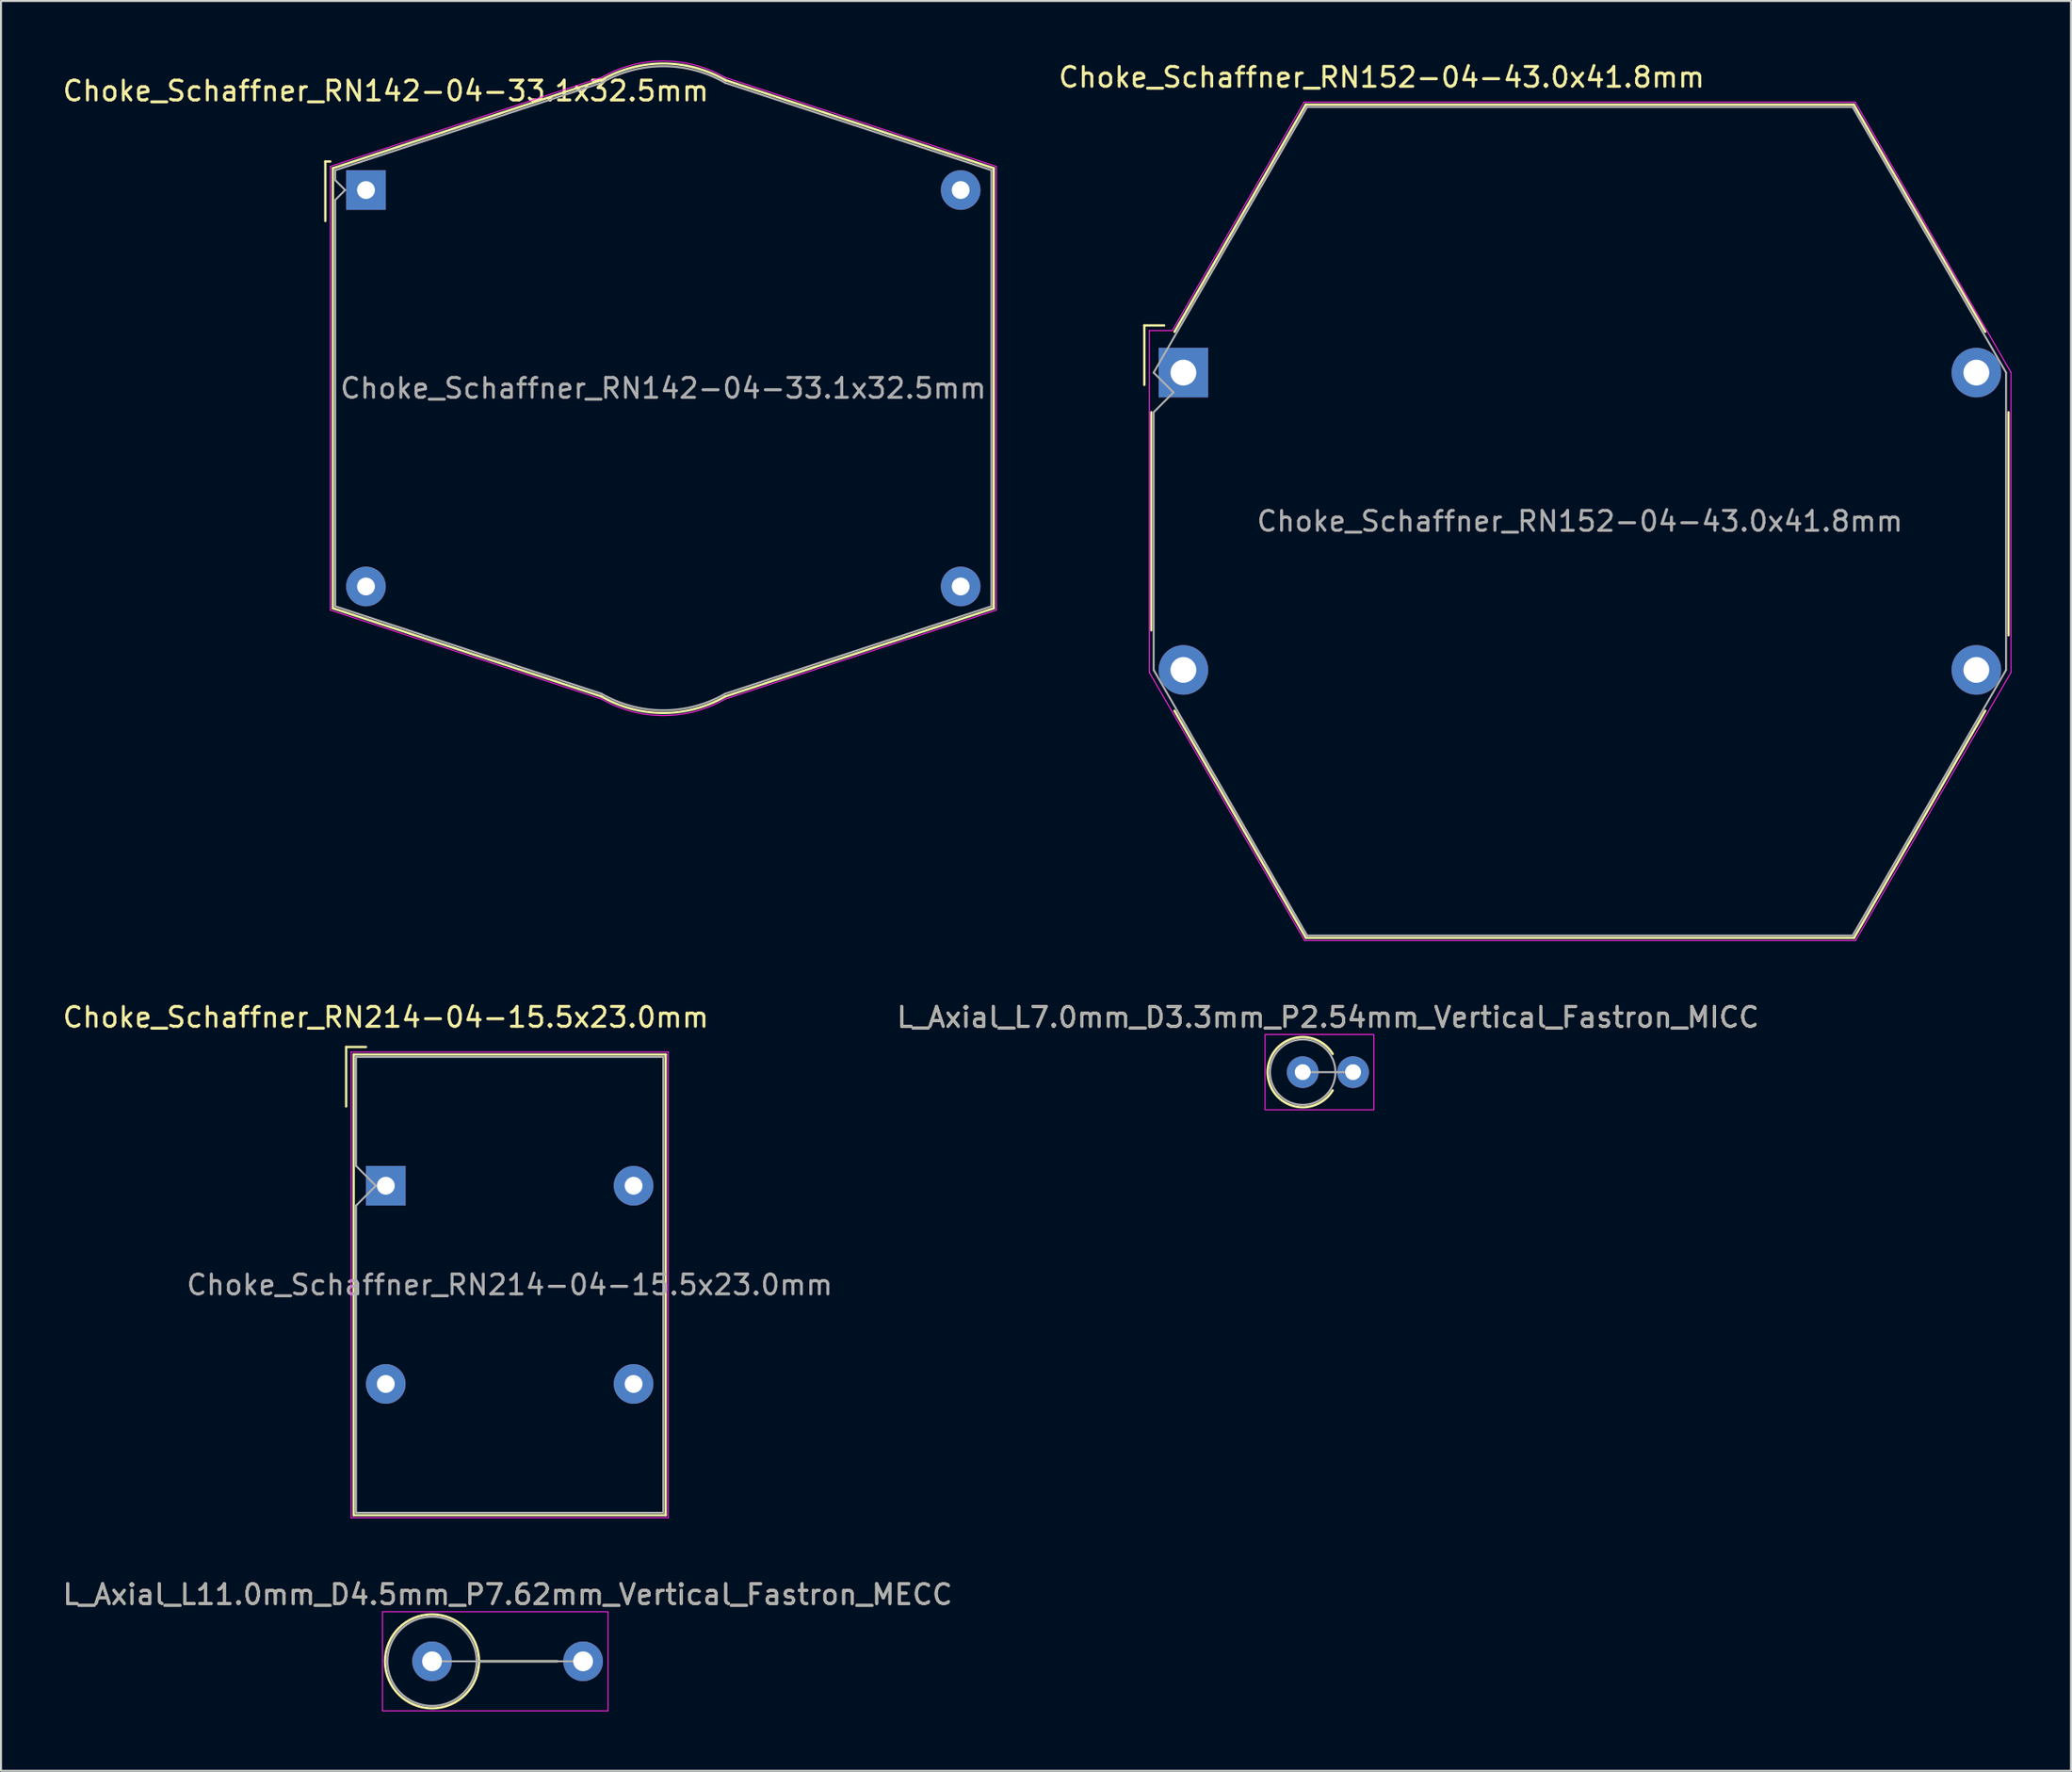
<source format=kicad_pcb>
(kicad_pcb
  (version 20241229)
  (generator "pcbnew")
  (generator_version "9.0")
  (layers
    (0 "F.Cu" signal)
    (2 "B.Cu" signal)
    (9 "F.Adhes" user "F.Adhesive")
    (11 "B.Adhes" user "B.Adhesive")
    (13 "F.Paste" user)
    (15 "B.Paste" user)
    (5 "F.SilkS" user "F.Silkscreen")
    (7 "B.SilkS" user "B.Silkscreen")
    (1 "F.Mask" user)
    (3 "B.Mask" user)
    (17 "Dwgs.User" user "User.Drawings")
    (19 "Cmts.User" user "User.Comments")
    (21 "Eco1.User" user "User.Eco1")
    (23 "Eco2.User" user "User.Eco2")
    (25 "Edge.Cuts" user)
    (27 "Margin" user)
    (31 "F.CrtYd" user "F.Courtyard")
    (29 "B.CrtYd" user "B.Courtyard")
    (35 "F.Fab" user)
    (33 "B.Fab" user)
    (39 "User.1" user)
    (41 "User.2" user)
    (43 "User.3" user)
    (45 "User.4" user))
  (footprint "L_Axial_L11.0mm_D4.5mm_P7.62mm_Vertical_Fastron_MECC"
    (layer "F.Cu")
    (at 18.744 80.765)
    (property "Reference" "L_Axial_L11.0mm_D4.5mm_P7.62mm_Vertical_Fastron_MECC" (at 3.81 -3.37 0) (layer "F.SilkS") (effects (font (size 1 1) (thickness 0.15))))
    (attr through_hole)
    (fp_line (start 2.37 0) (end 6.32 0) (stroke (width 0.12) (type solid)) (layer "F.SilkS"))
    (fp_circle (center 0 0) (end 2.37 0) (stroke (width 0.12) (type solid)) (fill no) (layer "F.SilkS"))
    (fp_rect (start -2.5 -2.5) (end 8.88 2.5) (stroke (width 0.05) (type solid)) (fill no) (layer "F.CrtYd"))
    (fp_line (start 0 0) (end 7.62 0) (stroke (width 0.1) (type solid)) (layer "F.Fab"))
    (fp_circle (center 0 0) (end 2.25 0) (stroke (width 0.1) (type solid)) (fill no) (layer "F.Fab"))
    (fp_text user "${REFERENCE}" (at 3.81 -3.37 0) (layer "F.Fab") (effects (font (size 1 1) (thickness 0.15))))
    (pad "1" thru_hole circle (at 0 0) (size 2 2) (drill 1) (layers "*.Cu" "*.Mask"))
    (pad "2" thru_hole circle (at 7.62 0) (size 2 2) (drill 1) (layers "*.Cu" "*.Mask")))
  (footprint "Choke_Schaffner_RN152-04-43.0x41.8mm"
    (layer "F.Cu")
    (at 56.646 15.748)
    (property "Reference" "Choke_Schaffner_RN152-04-43.0x41.8mm" (at 10 -14.9 0) (layer "F.SilkS") (effects (font (size 1 1) (thickness 0.15))))
    (attr through_hole)
    (fp_line (start -1.97 -2.38) (end -1.97 0.62) (stroke (width 0.12) (type solid)) (layer "F.SilkS"))
    (fp_line (start -1.97 -2.38) (end -0.97 -2.38) (stroke (width 0.12) (type solid)) (layer "F.SilkS"))
    (fp_line (start -1.62 13) (end -1.62 2) (stroke (width 0.12) (type solid)) (layer "F.SilkS"))
    (fp_line (start -0.45 -2.06) (end 6.17 -13.52) (stroke (width 0.12) (type solid)) (layer "F.SilkS"))
    (fp_line (start 6.17 -13.52) (end 33.82 -13.52) (stroke (width 0.12) (type solid)) (layer "F.SilkS"))
    (fp_line (start 6.18 28.52) (end -0.45 17.06) (stroke (width 0.12) (type solid)) (layer "F.SilkS"))
    (fp_line (start 33.82 -13.52) (end 40.45 -2.06) (stroke (width 0.12) (type solid)) (layer "F.SilkS"))
    (fp_line (start 33.83 28.52) (end 6.18 28.52) (stroke (width 0.12) (type solid)) (layer "F.SilkS"))
    (fp_line (start 40.45 17.06) (end 33.83 28.52) (stroke (width 0.12) (type solid)) (layer "F.SilkS"))
    (fp_line (start 41.62 2) (end 41.62 13.25) (stroke (width 0.12) (type solid)) (layer "F.SilkS"))
    (fp_line (start -1.72 -2.12) (end -0.56 -2.12) (stroke (width 0.05) (type solid)) (layer "F.CrtYd"))
    (fp_line (start -1.72 15.12) (end -1.72 -2.12) (stroke (width 0.05) (type solid)) (layer "F.CrtYd"))
    (fp_line (start -0.56 -2.12) (end 6.09 -13.65) (stroke (width 0.05) (type solid)) (layer "F.CrtYd"))
    (fp_line (start 6.09 -13.65) (end 33.89 -13.65) (stroke (width 0.05) (type solid)) (layer "F.CrtYd"))
    (fp_line (start 6.11 28.65) (end -1.72 15.12) (stroke (width 0.05) (type solid)) (layer "F.CrtYd"))
    (fp_line (start 33.89 -13.65) (end 41.75 0) (stroke (width 0.05) (type solid)) (layer "F.CrtYd"))
    (fp_line (start 33.91 28.65) (end 6.11 28.65) (stroke (width 0.05) (type solid)) (layer "F.CrtYd"))
    (fp_line (start 41.75 0) (end 41.75 15.12) (stroke (width 0.05) (type solid)) (layer "F.CrtYd"))
    (fp_line (start 41.75 15.12) (end 33.91 28.65) (stroke (width 0.05) (type solid)) (layer "F.CrtYd"))
    (fp_line (start -1.5 0) (end 6.24 -13.4) (stroke (width 0.1) (type solid)) (layer "F.Fab"))
    (fp_line (start -1.5 2) (end -0.5 1) (stroke (width 0.1) (type solid)) (layer "F.Fab"))
    (fp_line (start -1.5 15) (end -1.5 2) (stroke (width 0.1) (type solid)) (layer "F.Fab"))
    (fp_line (start -0.5 1) (end -1.5 0) (stroke (width 0.1) (type solid)) (layer "F.Fab"))
    (fp_line (start 6.24 -13.4) (end 33.76 -13.4) (stroke (width 0.1) (type solid)) (layer "F.Fab"))
    (fp_line (start 6.24 28.4) (end -1.5 15) (stroke (width 0.1) (type solid)) (layer "F.Fab"))
    (fp_line (start 33.76 -13.4) (end 41.5 0) (stroke (width 0.1) (type solid)) (layer "F.Fab"))
    (fp_line (start 33.76 28.4) (end 6.24 28.4) (stroke (width 0.1) (type solid)) (layer "F.Fab"))
    (fp_line (start 41.5 0) (end 41.5 15) (stroke (width 0.1) (type solid)) (layer "F.Fab"))
    (fp_line (start 41.5 15) (end 33.76 28.4) (stroke (width 0.1) (type solid)) (layer "F.Fab"))
    (fp_text user "${REFERENCE}" (at 20 7.5 0) (layer "F.Fab") (effects (font (size 1 1) (thickness 0.15))))
    (pad "1" thru_hole rect (at 0 0) (size 2.5 2.5) (drill 1.3) (layers "*.Cu" "*.Mask"))
    (pad "2" thru_hole circle (at 40 0) (size 2.5 2.5) (drill 1.3) (layers "*.Cu" "*.Mask"))
    (pad "3" thru_hole circle (at 0 15) (size 2.5 2.5) (drill 1.3) (layers "*.Cu" "*.Mask"))
    (pad "4" thru_hole circle (at 40 15) (size 2.5 2.5) (drill 1.3) (layers "*.Cu" "*.Mask")))
  (footprint "L_Axial_L7.0mm_D3.3mm_P2.54mm_Vertical_Fastron_MICC"
    (layer "F.Cu")
    (at 62.665 51.041)
    (property "Reference" "L_Axial_L7.0mm_D3.3mm_P2.54mm_Vertical_Fastron_MICC" (at 1.27 -2.77 0) (layer "F.SilkS") (effects (font (size 1 1) (thickness 0.15))))
    (attr through_hole)
    (fp_arc (start 1.512118 0.92) (mid -1.77 0) (end 1.512118 -0.92) (stroke (width 0.12) (type solid)) (layer "F.SilkS"))
    (fp_rect (start -1.9 -1.9) (end 3.59 1.9) (stroke (width 0.05) (type solid)) (fill no) (layer "F.CrtYd"))
    (fp_line (start 0 0) (end 2.54 0) (stroke (width 0.1) (type solid)) (layer "F.Fab"))
    (fp_circle (center 0 0) (end 1.65 0) (stroke (width 0.1) (type solid)) (fill no) (layer "F.Fab"))
    (fp_text user "${REFERENCE}" (at 1.27 -2.77 0) (layer "F.Fab") (effects (font (size 1 1) (thickness 0.15))))
    (pad "1" thru_hole circle (at 0 0) (size 1.6 1.6) (drill 0.8) (layers "*.Cu" "*.Mask"))
    (pad "2" thru_hole circle (at 2.54 0) (size 1.6 1.6) (drill 0.8) (layers "*.Cu" "*.Mask")))
  (footprint "Choke_Schaffner_RN214-04-15.5x23.0mm"
    (layer "F.Cu")
    (at 16.411 56.772)
    (property "Reference" "Choke_Schaffner_RN214-04-15.5x23.0mm" (at 0 -8.5 0) (layer "F.SilkS") (effects (font (size 1 1) (thickness 0.15))))
    (attr through_hole)
    (fp_line (start -2 -7) (end -2 -4) (stroke (width 0.12) (type solid)) (layer "F.SilkS"))
    (fp_line (start -2 -7) (end -1 -7) (stroke (width 0.12) (type solid)) (layer "F.SilkS"))
    (fp_line (start -1.62 -6.62) (end 14.12 -6.62) (stroke (width 0.12) (type solid)) (layer "F.SilkS"))
    (fp_line (start -1.62 16.62) (end -1.62 -6.62) (stroke (width 0.12) (type solid)) (layer "F.SilkS"))
    (fp_line (start 14.12 -6.62) (end 14.12 16.62) (stroke (width 0.12) (type solid)) (layer "F.SilkS"))
    (fp_line (start 14.12 16.62) (end -1.62 16.62) (stroke (width 0.12) (type solid)) (layer "F.SilkS"))
    (fp_line (start -1.75 -6.75) (end -1.75 16.75) (stroke (width 0.05) (type solid)) (layer "F.CrtYd"))
    (fp_line (start -1.75 16.75) (end 14.25 16.75) (stroke (width 0.05) (type solid)) (layer "F.CrtYd"))
    (fp_line (start 14.25 -6.75) (end -1.75 -6.75) (stroke (width 0.05) (type solid)) (layer "F.CrtYd"))
    (fp_line (start 14.25 16.75) (end 14.25 -6.75) (stroke (width 0.05) (type solid)) (layer "F.CrtYd"))
    (fp_line (start -1.5 -6.5) (end 14 -6.5) (stroke (width 0.1) (type solid)) (layer "F.Fab"))
    (fp_line (start -1.5 -1) (end -1.5 -6.5) (stroke (width 0.1) (type solid)) (layer "F.Fab"))
    (fp_line (start -1.5 1) (end -0.5 0) (stroke (width 0.1) (type solid)) (layer "F.Fab"))
    (fp_line (start -1.5 16.5) (end -1.5 1) (stroke (width 0.1) (type solid)) (layer "F.Fab"))
    (fp_line (start -0.5 0) (end -1.5 -1) (stroke (width 0.1) (type solid)) (layer "F.Fab"))
    (fp_line (start 14 -6.5) (end 14 16.5) (stroke (width 0.1) (type solid)) (layer "F.Fab"))
    (fp_line (start 14 16.5) (end -1.5 16.5) (stroke (width 0.1) (type solid)) (layer "F.Fab"))
    (fp_text user "${REFERENCE}" (at 6.25 5 0) (layer "F.Fab") (effects (font (size 1 1) (thickness 0.15))))
    (pad "1" thru_hole rect (at 0 0) (size 2 2) (drill 0.9) (layers "*.Cu" "*.Mask"))
    (pad "2" thru_hole circle (at 12.5 0) (size 2 2) (drill 0.9) (layers "*.Cu" "*.Mask"))
    (pad "3" thru_hole circle (at 0 10) (size 2 2) (drill 0.9) (layers "*.Cu" "*.Mask"))
    (pad "4" thru_hole circle (at 12.5 10) (size 2 2) (drill 0.9) (layers "*.Cu" "*.Mask")))
  (footprint "Choke_Schaffner_RN142-04-33.1x32.5mm"
    (layer "F.Cu")
    (at 15.411 6.538)
    (property "Reference" "Choke_Schaffner_RN142-04-33.1x32.5mm" (at 1 -5 0) (layer "F.SilkS") (effects (font (size 1 1) (thickness 0.15))))
    (attr through_hole)
    (fp_line (start -2.05 -1.44) (end -2.05 1.56) (stroke (width 0.12) (type solid)) (layer "F.SilkS"))
    (fp_line (start -2.05 -1.44) (end -1.8 -1.44) (stroke (width 0.12) (type solid)) (layer "F.SilkS"))
    (fp_line (start -1.67 -1.1) (end 11.88 -5.55) (stroke (width 0.12) (type solid)) (layer "F.SilkS"))
    (fp_line (start -1.67 21.1) (end -1.67 -1.1) (stroke (width 0.12) (type solid)) (layer "F.SilkS"))
    (fp_line (start 11.88 25.55) (end -1.67 21.1) (stroke (width 0.12) (type solid)) (layer "F.SilkS"))
    (fp_line (start 18.12 -5.55) (end 31.67 -1.1) (stroke (width 0.12) (type solid)) (layer "F.SilkS"))
    (fp_line (start 31.67 -1.1) (end 31.67 21.1) (stroke (width 0.12) (type solid)) (layer "F.SilkS"))
    (fp_line (start 31.67 21.1) (end 18.12 25.55) (stroke (width 0.12) (type solid)) (layer "F.SilkS"))
    (fp_arc (start 11.88 -5.55) (mid 15.013001 -6.382518) (end 18.142518 -5.536999) (stroke (width 0.12) (type solid)) (layer "F.SilkS"))
    (fp_arc (start 18.12 25.55) (mid 14.986999 26.382518) (end 11.857482 25.536999) (stroke (width 0.12) (type solid)) (layer "F.SilkS"))
    (fp_line (start -1.8 -1.19) (end 11.88 -5.68) (stroke (width 0.05) (type solid)) (layer "F.CrtYd"))
    (fp_line (start -1.8 21.19) (end -1.8 -1.19) (stroke (width 0.05) (type solid)) (layer "F.CrtYd"))
    (fp_line (start 11.88 25.68) (end -1.8 21.19) (stroke (width 0.05) (type solid)) (layer "F.CrtYd"))
    (fp_line (start 18.12 -5.68) (end 31.8 -1.19) (stroke (width 0.05) (type solid)) (layer "F.CrtYd"))
    (fp_line (start 31.8 -1.19) (end 31.8 21.19) (stroke (width 0.05) (type solid)) (layer "F.CrtYd"))
    (fp_line (start 31.8 21.19) (end 18.12 25.68) (stroke (width 0.05) (type solid)) (layer "F.CrtYd"))
    (fp_arc (start 11.88 -5.68) (mid 15.013001 -6.512518) (end 18.142518 -5.666999) (stroke (width 0.05) (type solid)) (layer "F.CrtYd"))
    (fp_arc (start 18.12 25.68) (mid 14.986999 26.512518) (end 11.857482 25.666999) (stroke (width 0.05) (type solid)) (layer "F.CrtYd"))
    (fp_line (start -1.55 -1) (end 11.88 -5.41) (stroke (width 0.1) (type solid)) (layer "F.Fab"))
    (fp_line (start -1.55 -0.5) (end -1.55 -1) (stroke (width 0.1) (type solid)) (layer "F.Fab"))
    (fp_line (start -1.55 0.5) (end -1.05 0) (stroke (width 0.1) (type solid)) (layer "F.Fab"))
    (fp_line (start -1.55 21) (end -1.55 0.5) (stroke (width 0.1) (type solid)) (layer "F.Fab"))
    (fp_line (start -1.05 0) (end -1.55 -0.5) (stroke (width 0.1) (type solid)) (layer "F.Fab"))
    (fp_line (start 11.88 25.41) (end -1.55 21) (stroke (width 0.1) (type solid)) (layer "F.Fab"))
    (fp_line (start 18.12 -5.41) (end 31.55 -1) (stroke (width 0.1) (type solid)) (layer "F.Fab"))
    (fp_line (start 31.55 -1) (end 31.55 21) (stroke (width 0.1) (type solid)) (layer "F.Fab"))
    (fp_line (start 31.55 21) (end 18.12 25.41) (stroke (width 0.1) (type solid)) (layer "F.Fab"))
    (fp_arc (start 11.88 -5.41) (mid 15.003001 -6.245197) (end 18.125197 -5.406999) (stroke (width 0.1) (type solid)) (layer "F.Fab"))
    (fp_arc (start 18.12 25.41) (mid 14.996999 26.245197) (end 11.874803 25.406999) (stroke (width 0.1) (type solid)) (layer "F.Fab"))
    (fp_text user "${REFERENCE}" (at 15 10 0) (layer "F.Fab") (effects (font (size 1 1) (thickness 0.15))))
    (pad "1" thru_hole rect (at 0 0) (size 2 2) (drill 0.9) (layers "*.Cu" "*.Mask"))
    (pad "2" thru_hole circle (at 30 0) (size 2 2) (drill 0.9) (layers "*.Cu" "*.Mask"))
    (pad "3" thru_hole circle (at 0 20) (size 2 2) (drill 0.9) (layers "*.Cu" "*.Mask"))
    (pad "4" thru_hole circle (at 30 20) (size 2 2) (drill 0.9) (layers "*.Cu" "*.Mask")))
  (gr_rect
    (start -3 -3)
    (end 101.421 86.29)
    (stroke (width 0.1) (type default))
    (fill no)
    (layer "Edge.Cuts")))
</source>
